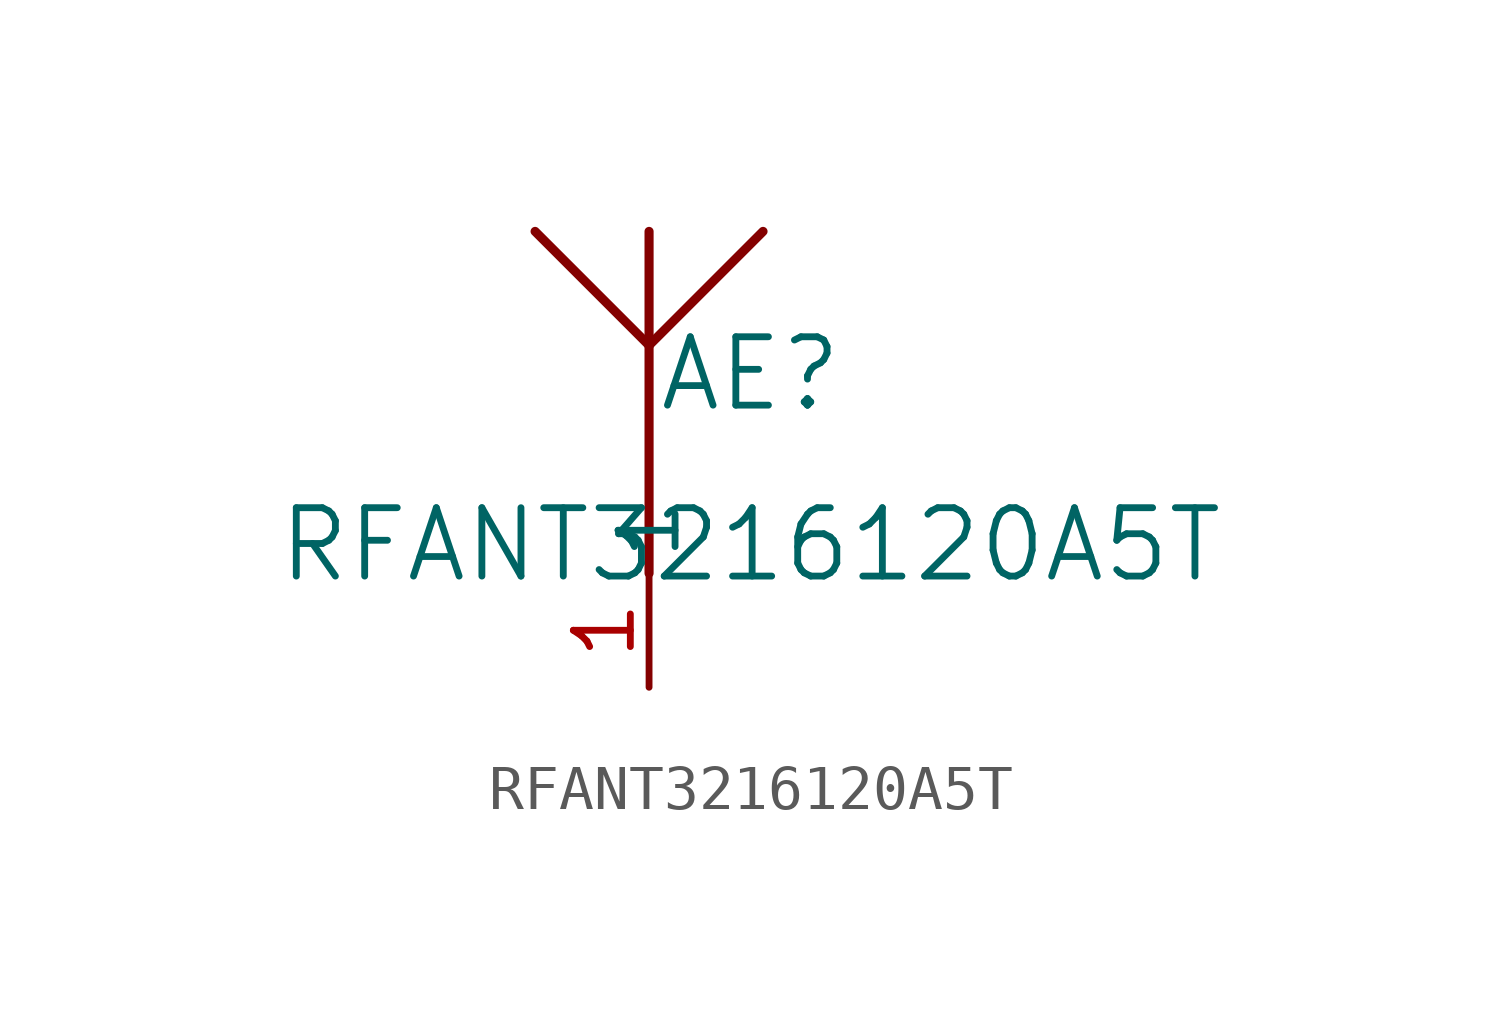
<source format=kicad_sym>
(kicad_symbol_lib
  (version 20211014)
  (generator kicad_symbol_editor)
  (symbol "RFANT3216120A5T"
    (pin_names
      (offset 0.254))
    (property "Reference" "AE"
      (at 2.261 6.985 0)
      (effects (font (size 1.524 1.524))))
    (property "Value" "RFANT3216120A5T"
      (at 2.261 3.175 0)
      (effects (font (size 1.524 1.524))))
    (symbol "RFANT3216120A5T_0_1"
      (polyline (pts (xy 0 7.62) (xy 0 2.54)) (stroke (width 0.203) (type default) (color 0 0 0 0)) (fill (type none)))
      (polyline (pts (xy -2.54 10.16) (xy 0 7.62)) (stroke (width 0.203) (type default) (color 0 0 0 0)) (fill (type none)))
      (polyline (pts (xy 0 10.16) (xy 0 7.62)) (stroke (width 0.203) (type default) (color 0 0 0 0)) (fill (type none)))
      (polyline (pts (xy 0 7.62) (xy 2.54 10.16)) (stroke (width 0.203) (type default) (color 0 0 0 0)) (fill (type none)))
      (pin unspecified line (at 0 0 90) (length 2.54) (name "1" (effects (font (size 1.27 1.27)))) (number "1" (effects (font (size 1.27 1.27))))))))
</source>
